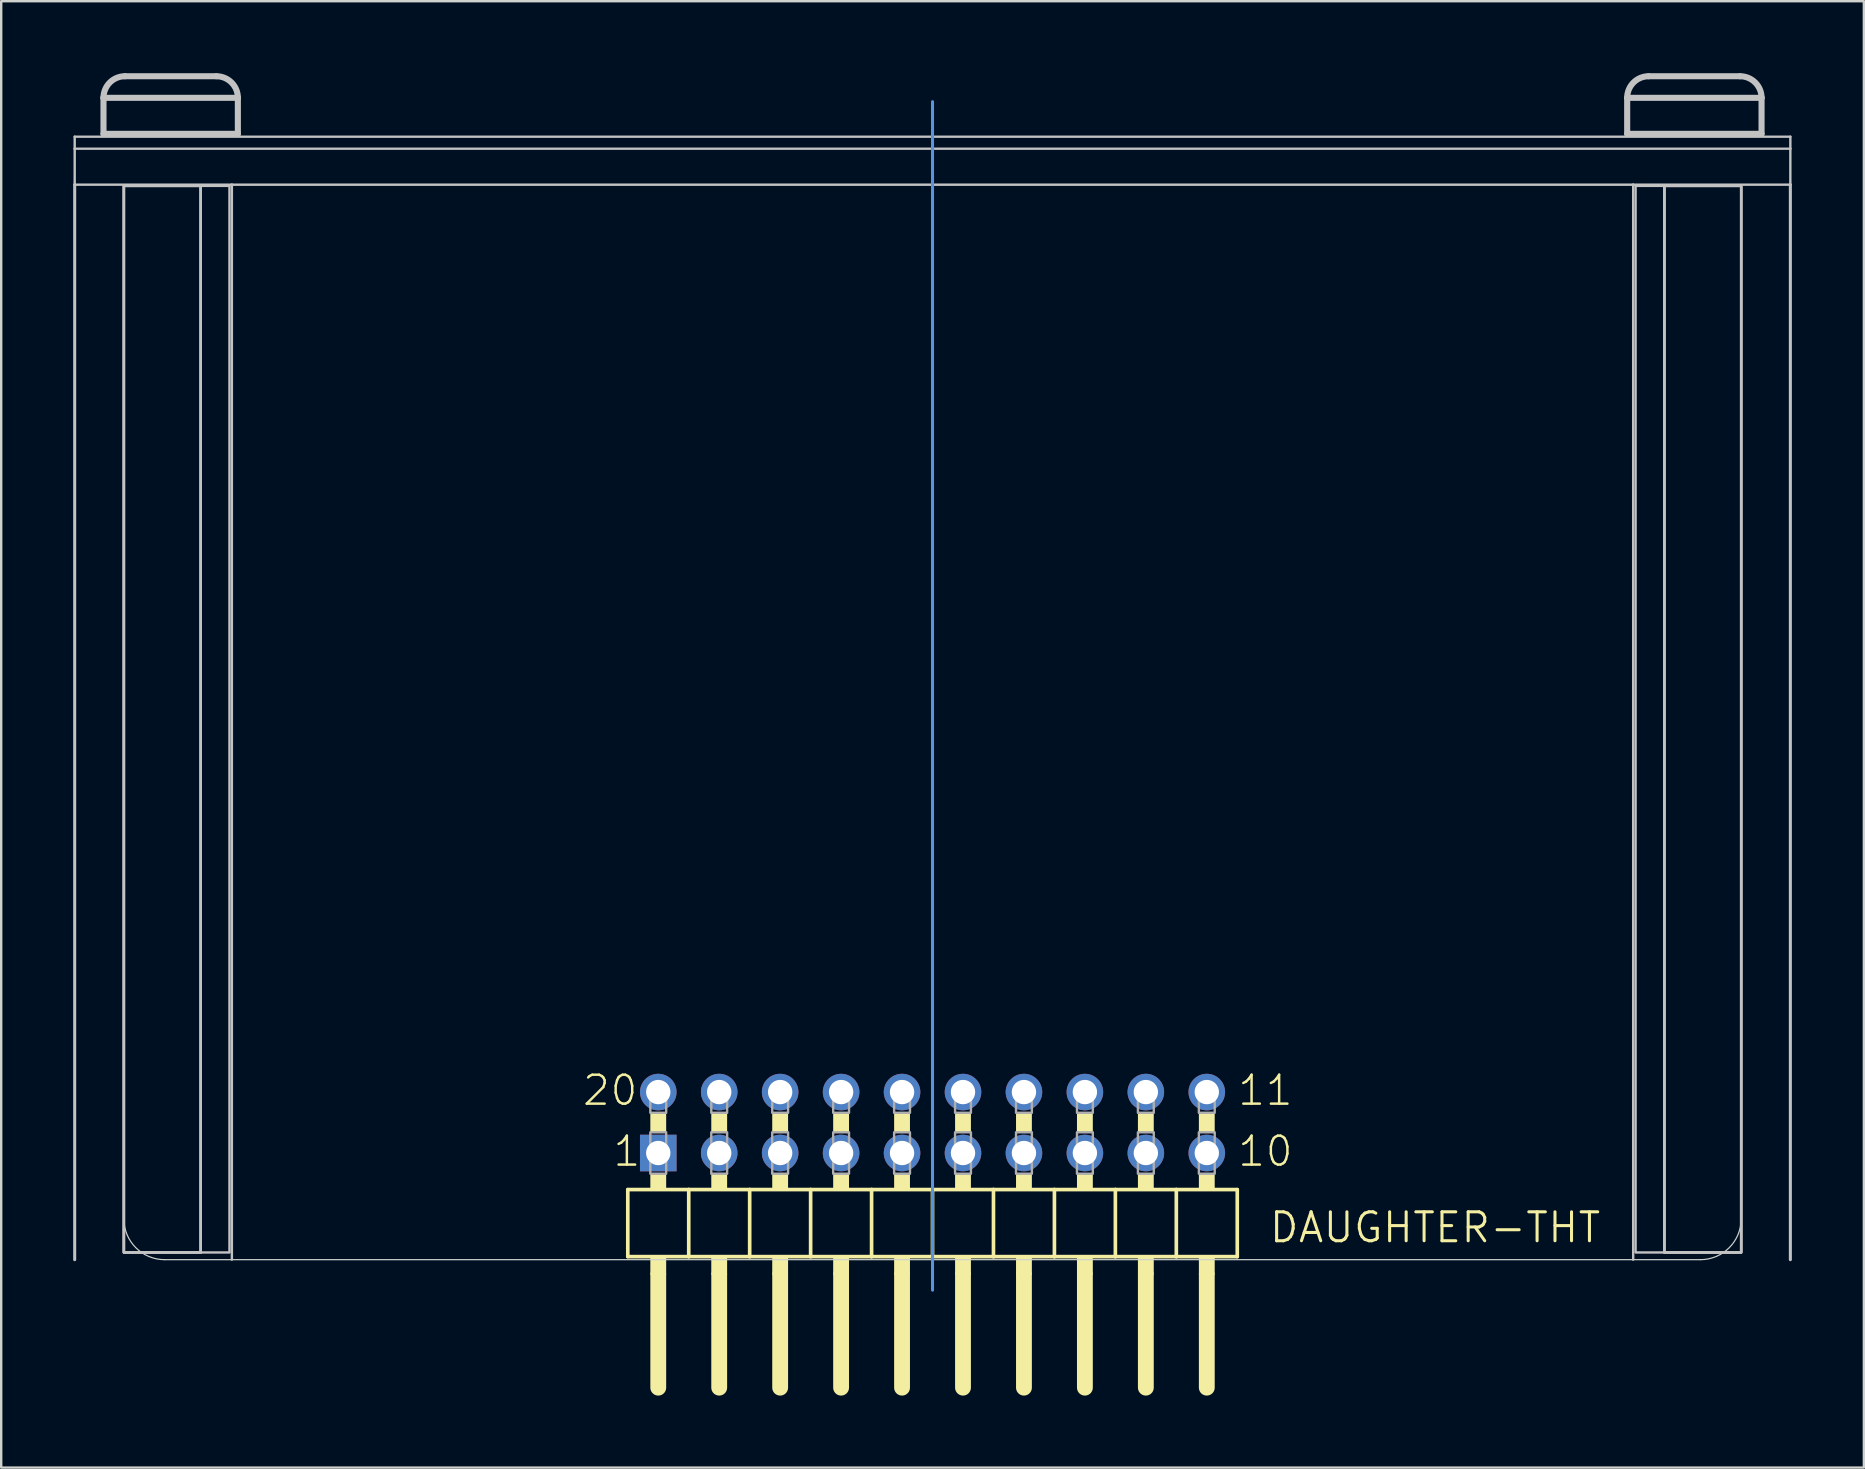
<source format=kicad_pcb>
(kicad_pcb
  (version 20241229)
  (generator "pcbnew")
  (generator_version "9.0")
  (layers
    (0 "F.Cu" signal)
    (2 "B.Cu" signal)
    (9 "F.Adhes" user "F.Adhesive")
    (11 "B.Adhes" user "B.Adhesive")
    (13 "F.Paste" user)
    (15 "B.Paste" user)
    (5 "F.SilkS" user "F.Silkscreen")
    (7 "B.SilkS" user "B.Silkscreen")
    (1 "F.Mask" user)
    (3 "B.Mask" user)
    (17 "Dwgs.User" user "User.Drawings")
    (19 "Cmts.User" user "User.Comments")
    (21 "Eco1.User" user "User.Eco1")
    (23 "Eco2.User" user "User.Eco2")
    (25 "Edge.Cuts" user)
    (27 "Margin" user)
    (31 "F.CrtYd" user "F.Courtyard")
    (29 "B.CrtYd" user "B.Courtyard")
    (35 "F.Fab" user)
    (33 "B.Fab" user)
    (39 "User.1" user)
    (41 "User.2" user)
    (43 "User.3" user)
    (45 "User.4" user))
  (footprint "DAUGHTER-THT"
    (layer "F.Cu")
    (at 35.813 49.447)
    (property "Reference" "DAUGHTER-THT" (at 13.97 -0.635 0) (layer "F.SilkS") (effects (font (size 1.206 1.206) (thickness 0.127)) (justify left bottom)))
    (attr through_hole)
    (fp_line (start -12.7 -2.921) (end -12.7 -0.127) (stroke (width 0.152) (type solid)) (layer "F.SilkS"))
    (fp_line (start -12.7 -2.921) (end -10.16 -2.921) (stroke (width 0.152) (type solid)) (layer "F.SilkS"))
    (fp_line (start -11.43 0.635) (end -11.43 5.334) (stroke (width 0.66) (type solid)) (layer "F.SilkS"))
    (fp_line (start -10.16 -2.921) (end -10.16 -0.127) (stroke (width 0.152) (type solid)) (layer "F.SilkS"))
    (fp_line (start -10.16 -2.921) (end -7.62 -2.921) (stroke (width 0.152) (type solid)) (layer "F.SilkS"))
    (fp_line (start -10.16 -0.127) (end -12.7 -0.127) (stroke (width 0.152) (type solid)) (layer "F.SilkS"))
    (fp_line (start -8.89 0.635) (end -8.89 5.334) (stroke (width 0.66) (type solid)) (layer "F.SilkS"))
    (fp_line (start -7.62 -2.921) (end -7.62 -0.127) (stroke (width 0.152) (type solid)) (layer "F.SilkS"))
    (fp_line (start -7.62 -2.921) (end -5.08 -2.921) (stroke (width 0.152) (type solid)) (layer "F.SilkS"))
    (fp_line (start -7.62 -0.127) (end -10.16 -0.127) (stroke (width 0.152) (type solid)) (layer "F.SilkS"))
    (fp_line (start -6.35 0.635) (end -6.35 5.334) (stroke (width 0.66) (type solid)) (layer "F.SilkS"))
    (fp_line (start -5.08 -2.921) (end -5.08 -0.127) (stroke (width 0.152) (type solid)) (layer "F.SilkS"))
    (fp_line (start -5.08 -0.127) (end -7.62 -0.127) (stroke (width 0.152) (type solid)) (layer "F.SilkS"))
    (fp_line (start -3.81 0.635) (end -3.81 5.334) (stroke (width 0.66) (type solid)) (layer "F.SilkS"))
    (fp_line (start -2.54 -2.921) (end -5.08 -2.921) (stroke (width 0.152) (type solid)) (layer "F.SilkS"))
    (fp_line (start -2.54 -2.921) (end -2.54 -0.127) (stroke (width 0.152) (type solid)) (layer "F.SilkS"))
    (fp_line (start -2.54 -2.921) (end 0 -2.921) (stroke (width 0.152) (type solid)) (layer "F.SilkS"))
    (fp_line (start -2.54 -0.127) (end -5.08 -0.127) (stroke (width 0.152) (type solid)) (layer "F.SilkS"))
    (fp_line (start -1.27 0.635) (end -1.27 5.334) (stroke (width 0.66) (type solid)) (layer "F.SilkS"))
    (fp_line (start 0 -2.921) (end 0 -0.127) (stroke (width 0.152) (type solid)) (layer "F.SilkS"))
    (fp_line (start 0 -2.921) (end 2.54 -2.921) (stroke (width 0.152) (type solid)) (layer "F.SilkS"))
    (fp_line (start 0 -0.127) (end -2.54 -0.127) (stroke (width 0.152) (type solid)) (layer "F.SilkS"))
    (fp_line (start 1.27 0.635) (end 1.27 5.334) (stroke (width 0.66) (type solid)) (layer "F.SilkS"))
    (fp_line (start 2.54 -2.921) (end 2.54 -0.127) (stroke (width 0.152) (type solid)) (layer "F.SilkS"))
    (fp_line (start 2.54 -2.921) (end 5.08 -2.921) (stroke (width 0.152) (type solid)) (layer "F.SilkS"))
    (fp_line (start 2.54 -0.127) (end 0 -0.127) (stroke (width 0.152) (type solid)) (layer "F.SilkS"))
    (fp_line (start 3.81 0.635) (end 3.81 5.334) (stroke (width 0.66) (type solid)) (layer "F.SilkS"))
    (fp_line (start 5.08 -2.921) (end 5.08 -0.127) (stroke (width 0.152) (type solid)) (layer "F.SilkS"))
    (fp_line (start 5.08 -2.921) (end 7.62 -2.921) (stroke (width 0.152) (type solid)) (layer "F.SilkS"))
    (fp_line (start 5.08 -0.127) (end 2.54 -0.127) (stroke (width 0.152) (type solid)) (layer "F.SilkS"))
    (fp_line (start 6.35 0.635) (end 6.35 5.334) (stroke (width 0.66) (type solid)) (layer "F.SilkS"))
    (fp_line (start 7.62 -2.921) (end 7.62 -0.127) (stroke (width 0.152) (type solid)) (layer "F.SilkS"))
    (fp_line (start 7.62 -0.127) (end 5.08 -0.127) (stroke (width 0.152) (type solid)) (layer "F.SilkS"))
    (fp_line (start 8.89 0.635) (end 8.89 5.334) (stroke (width 0.66) (type solid)) (layer "F.SilkS"))
    (fp_line (start 10.16 -2.921) (end 7.62 -2.921) (stroke (width 0.152) (type solid)) (layer "F.SilkS"))
    (fp_line (start 10.16 -2.921) (end 10.16 -0.127) (stroke (width 0.152) (type solid)) (layer "F.SilkS"))
    (fp_line (start 10.16 -2.921) (end 12.7 -2.921) (stroke (width 0.152) (type solid)) (layer "F.SilkS"))
    (fp_line (start 10.16 -0.127) (end 7.62 -0.127) (stroke (width 0.152) (type solid)) (layer "F.SilkS"))
    (fp_line (start 11.43 0.635) (end 11.43 5.334) (stroke (width 0.66) (type solid)) (layer "F.SilkS"))
    (fp_line (start 12.7 -2.921) (end 12.7 -0.127) (stroke (width 0.152) (type solid)) (layer "F.SilkS"))
    (fp_line (start 12.7 -0.127) (end 10.16 -0.127) (stroke (width 0.152) (type solid)) (layer "F.SilkS"))
    (fp_poly (pts (xy -11.1 -6.121) (xy -11.76 -6.121) (xy -11.76 -5.309) (xy -11.1 -5.309)) (stroke (width 0) (type solid)) (fill yes) (layer "F.SilkS"))
    (fp_poly (pts (xy -11.1 -3.581) (xy -11.76 -3.581) (xy -11.76 -2.921) (xy -11.1 -2.921)) (stroke (width 0) (type solid)) (fill yes) (layer "F.SilkS"))
    (fp_poly (pts (xy -11.1 -0.127) (xy -11.76 -0.127) (xy -11.76 0.635) (xy -11.1 0.635)) (stroke (width 0) (type solid)) (fill yes) (layer "F.SilkS"))
    (fp_poly (pts (xy -8.56 -6.121) (xy -9.22 -6.121) (xy -9.22 -5.309) (xy -8.56 -5.309)) (stroke (width 0) (type solid)) (fill yes) (layer "F.SilkS"))
    (fp_poly (pts (xy -8.56 -3.581) (xy -9.22 -3.581) (xy -9.22 -2.921) (xy -8.56 -2.921)) (stroke (width 0) (type solid)) (fill yes) (layer "F.SilkS"))
    (fp_poly (pts (xy -8.56 -0.127) (xy -9.22 -0.127) (xy -9.22 0.635) (xy -8.56 0.635)) (stroke (width 0) (type solid)) (fill yes) (layer "F.SilkS"))
    (fp_poly (pts (xy -6.02 -6.121) (xy -6.68 -6.121) (xy -6.68 -5.309) (xy -6.02 -5.309)) (stroke (width 0) (type solid)) (fill yes) (layer "F.SilkS"))
    (fp_poly (pts (xy -6.02 -3.581) (xy -6.68 -3.581) (xy -6.68 -2.921) (xy -6.02 -2.921)) (stroke (width 0) (type solid)) (fill yes) (layer "F.SilkS"))
    (fp_poly (pts (xy -6.02 -0.127) (xy -6.68 -0.127) (xy -6.68 0.635) (xy -6.02 0.635)) (stroke (width 0) (type solid)) (fill yes) (layer "F.SilkS"))
    (fp_poly (pts (xy -3.48 -6.121) (xy -4.14 -6.121) (xy -4.14 -5.309) (xy -3.48 -5.309)) (stroke (width 0) (type solid)) (fill yes) (layer "F.SilkS"))
    (fp_poly (pts (xy -3.48 -3.581) (xy -4.14 -3.581) (xy -4.14 -2.921) (xy -3.48 -2.921)) (stroke (width 0) (type solid)) (fill yes) (layer "F.SilkS"))
    (fp_poly (pts (xy -3.48 -0.127) (xy -4.14 -0.127) (xy -4.14 0.635) (xy -3.48 0.635)) (stroke (width 0) (type solid)) (fill yes) (layer "F.SilkS"))
    (fp_poly (pts (xy -0.94 -6.121) (xy -1.6 -6.121) (xy -1.6 -5.309) (xy -0.94 -5.309)) (stroke (width 0) (type solid)) (fill yes) (layer "F.SilkS"))
    (fp_poly (pts (xy -0.94 -3.581) (xy -1.6 -3.581) (xy -1.6 -2.921) (xy -0.94 -2.921)) (stroke (width 0) (type solid)) (fill yes) (layer "F.SilkS"))
    (fp_poly (pts (xy -0.94 -0.127) (xy -1.6 -0.127) (xy -1.6 0.635) (xy -0.94 0.635)) (stroke (width 0) (type solid)) (fill yes) (layer "F.SilkS"))
    (fp_poly (pts (xy 1.6 -6.121) (xy 0.94 -6.121) (xy 0.94 -5.309) (xy 1.6 -5.309)) (stroke (width 0) (type solid)) (fill yes) (layer "F.SilkS"))
    (fp_poly (pts (xy 1.6 -3.581) (xy 0.94 -3.581) (xy 0.94 -2.921) (xy 1.6 -2.921)) (stroke (width 0) (type solid)) (fill yes) (layer "F.SilkS"))
    (fp_poly (pts (xy 1.6 -0.127) (xy 0.94 -0.127) (xy 0.94 0.635) (xy 1.6 0.635)) (stroke (width 0) (type solid)) (fill yes) (layer "F.SilkS"))
    (fp_poly (pts (xy 4.14 -6.121) (xy 3.48 -6.121) (xy 3.48 -5.309) (xy 4.14 -5.309)) (stroke (width 0) (type solid)) (fill yes) (layer "F.SilkS"))
    (fp_poly (pts (xy 4.14 -3.581) (xy 3.48 -3.581) (xy 3.48 -2.921) (xy 4.14 -2.921)) (stroke (width 0) (type solid)) (fill yes) (layer "F.SilkS"))
    (fp_poly (pts (xy 4.14 -0.127) (xy 3.48 -0.127) (xy 3.48 0.635) (xy 4.14 0.635)) (stroke (width 0) (type solid)) (fill yes) (layer "F.SilkS"))
    (fp_poly (pts (xy 6.68 -6.121) (xy 6.02 -6.121) (xy 6.02 -5.309) (xy 6.68 -5.309)) (stroke (width 0) (type solid)) (fill yes) (layer "F.SilkS"))
    (fp_poly (pts (xy 6.68 -3.581) (xy 6.02 -3.581) (xy 6.02 -2.921) (xy 6.68 -2.921)) (stroke (width 0) (type solid)) (fill yes) (layer "F.SilkS"))
    (fp_poly (pts (xy 6.68 -0.127) (xy 6.02 -0.127) (xy 6.02 0.635) (xy 6.68 0.635)) (stroke (width 0) (type solid)) (fill yes) (layer "F.SilkS"))
    (fp_poly (pts (xy 9.22 -6.121) (xy 8.56 -6.121) (xy 8.56 -5.309) (xy 9.22 -5.309)) (stroke (width 0) (type solid)) (fill yes) (layer "F.SilkS"))
    (fp_poly (pts (xy 9.22 -3.581) (xy 8.56 -3.581) (xy 8.56 -2.921) (xy 9.22 -2.921)) (stroke (width 0) (type solid)) (fill yes) (layer "F.SilkS"))
    (fp_poly (pts (xy 9.22 -0.127) (xy 8.56 -0.127) (xy 8.56 0.635) (xy 9.22 0.635)) (stroke (width 0) (type solid)) (fill yes) (layer "F.SilkS"))
    (fp_poly (pts (xy 11.76 -6.121) (xy 11.1 -6.121) (xy 11.1 -5.309) (xy 11.76 -5.309)) (stroke (width 0) (type solid)) (fill yes) (layer "F.SilkS"))
    (fp_poly (pts (xy 11.76 -3.581) (xy 11.1 -3.581) (xy 11.1 -2.921) (xy 11.76 -2.921)) (stroke (width 0) (type solid)) (fill yes) (layer "F.SilkS"))
    (fp_poly (pts (xy 11.76 -0.127) (xy 11.1 -0.127) (xy 11.1 0.635) (xy 11.76 0.635)) (stroke (width 0) (type solid)) (fill yes) (layer "F.SilkS"))
    (fp_line (start -35.75 -46.8) (end 35.75 -46.8) (stroke (width 0.1) (type solid)) (layer "Dwgs.User"))
    (fp_line (start -35.75 -46.3) (end -35.75 -46.8) (stroke (width 0.1) (type solid)) (layer "Dwgs.User"))
    (fp_line (start -35.75 -46.3) (end 35.75 -46.3) (stroke (width 0.1) (type solid)) (layer "Dwgs.User"))
    (fp_line (start -35.75 -44.8) (end -35.75 -46.3) (stroke (width 0.1) (type solid)) (layer "Dwgs.User"))
    (fp_line (start -35.75 0) (end -35.75 -44.8) (stroke (width 0.127) (type solid)) (layer "Dwgs.User"))
    (fp_line (start -34.55 -48.42) (end -34.55 -46.92) (stroke (width 0.254) (type solid)) (layer "Dwgs.User"))
    (fp_line (start -34.55 -46.92) (end -28.95 -46.92) (stroke (width 0.254) (type solid)) (layer "Dwgs.User"))
    (fp_line (start -33.655 -49.32) (end -29.845 -49.32) (stroke (width 0.254) (type solid)) (layer "Dwgs.User"))
    (fp_line (start -29.2 -44.8) (end -35.75 -44.8) (stroke (width 0.1) (type solid)) (layer "Dwgs.User"))
    (fp_line (start -29.2 0) (end -29.2 -44.8) (stroke (width 0.1) (type solid)) (layer "Dwgs.User"))
    (fp_line (start -28.95 -48.42) (end -34.55 -48.42) (stroke (width 0.254) (type solid)) (layer "Dwgs.User"))
    (fp_line (start -28.95 -46.92) (end -28.95 -48.42) (stroke (width 0.254) (type solid)) (layer "Dwgs.User"))
    (fp_line (start 28.95 -48.42) (end 28.95 -46.92) (stroke (width 0.254) (type solid)) (layer "Dwgs.User"))
    (fp_line (start 28.95 -46.92) (end 34.55 -46.92) (stroke (width 0.254) (type solid)) (layer "Dwgs.User"))
    (fp_line (start 29.2 -44.8) (end -29.2 -44.8) (stroke (width 0.1) (type solid)) (layer "Dwgs.User"))
    (fp_line (start 29.2 0) (end 29.2 -44.8) (stroke (width 0.1) (type solid)) (layer "Dwgs.User"))
    (fp_line (start 29.845 -49.32) (end 33.655 -49.32) (stroke (width 0.254) (type solid)) (layer "Dwgs.User"))
    (fp_line (start 34.55 -48.42) (end 28.95 -48.42) (stroke (width 0.254) (type solid)) (layer "Dwgs.User"))
    (fp_line (start 34.55 -46.92) (end 34.55 -48.42) (stroke (width 0.254) (type solid)) (layer "Dwgs.User"))
    (fp_line (start 35.75 -46.8) (end 35.75 -46.3) (stroke (width 0.1) (type solid)) (layer "Dwgs.User"))
    (fp_line (start 35.75 -46.3) (end 35.75 -44.8) (stroke (width 0.1) (type solid)) (layer "Dwgs.User"))
    (fp_line (start 35.75 -44.8) (end 29.2 -44.8) (stroke (width 0.1) (type solid)) (layer "Dwgs.User"))
    (fp_line (start 35.75 0) (end 35.75 -44.8) (stroke (width 0.127) (type solid)) (layer "Dwgs.User"))
    (fp_arc (start -34.55 -48.42) (mid -34.288896 -49.055361) (end -33.655 -49.32) (stroke (width 0.254) (type solid)) (layer "Dwgs.User"))
    (fp_arc (start -29.845 -49.32) (mid -29.211104 -49.055361) (end -28.95 -48.42) (stroke (width 0.254) (type solid)) (layer "Dwgs.User"))
    (fp_arc (start 28.95 -48.42) (mid 29.211104 -49.055361) (end 29.845 -49.32) (stroke (width 0.254) (type solid)) (layer "Dwgs.User"))
    (fp_arc (start 33.655 -49.32) (mid 34.288896 -49.055361) (end 34.55 -48.42) (stroke (width 0.254) (type solid)) (layer "Dwgs.User"))
    (fp_poly (pts (xy -33.7 -0.3) (xy -30.5 -0.3) (xy -30.5 -44.75) (xy -33.7 -44.75)) (stroke (width 0.1) (type solid)) (fill no) (layer "Dwgs.User"))
    (fp_poly (pts (xy -33.7 -0.3) (xy -30.5 -0.3) (xy -30.5 -44.75) (xy -33.7 -44.75)) (stroke (width 0.1) (type solid)) (fill no) (layer "Dwgs.User"))
    (fp_poly (pts (xy -33.7 -0.3) (xy -30.5 -0.3) (xy -30.5 -44.75) (xy -33.7 -44.75)) (stroke (width 0.1) (type solid)) (fill no) (layer "Dwgs.User"))
    (fp_poly (pts (xy -33.7 -0.3) (xy -29.3 -0.3) (xy -29.3 -44.75) (xy -33.7 -44.75)) (stroke (width 0.1) (type solid)) (fill no) (layer "Dwgs.User"))
    (fp_poly (pts (xy 29.3 -0.3) (xy 33.7 -0.3) (xy 33.7 -44.75) (xy 29.3 -44.75)) (stroke (width 0.1) (type solid)) (fill no) (layer "Dwgs.User"))
    (fp_poly (pts (xy 30.5 -0.3) (xy 33.7 -0.3) (xy 33.7 -44.75) (xy 30.5 -44.75)) (stroke (width 0.1) (type solid)) (fill no) (layer "Dwgs.User"))
    (fp_poly (pts (xy 30.5 -0.3) (xy 33.7 -0.3) (xy 33.7 -44.75) (xy 30.5 -44.75)) (stroke (width 0.1) (type solid)) (fill no) (layer "Dwgs.User"))
    (fp_poly (pts (xy 30.5 -0.3) (xy 33.7 -0.3) (xy 33.7 -44.75) (xy 30.5 -44.75)) (stroke (width 0.1) (type solid)) (fill no) (layer "Dwgs.User"))
    (fp_line (start 0 -48.26) (end 0 1.27) (stroke (width 0.127) (type solid)) (layer "Cmts.User"))
    (fp_line (start -33.7 -44.8) (end 33.7 -44.8) (stroke (width 0.05) (type solid)) (layer "Edge.Cuts"))
    (fp_line (start -33.7 -1.7) (end -33.7 -44.8) (stroke (width 0.05) (type solid)) (layer "Edge.Cuts"))
    (fp_line (start 32 0) (end -32 0) (stroke (width 0.05) (type solid)) (layer "Edge.Cuts"))
    (fp_line (start 33.7 -44.8) (end 33.7 -1.7) (stroke (width 0.05) (type solid)) (layer "Edge.Cuts"))
    (fp_arc (start -32 0) (mid -33.202082 -0.497918) (end -33.7 -1.7) (stroke (width 0.05) (type solid)) (layer "Edge.Cuts"))
    (fp_arc (start 33.7 -1.7) (mid 33.202082 -0.497918) (end 32 0) (stroke (width 0.05) (type solid)) (layer "Edge.Cuts"))
    (fp_poly (pts (xy -11.1 -7.29) (xy -11.76 -7.29) (xy -11.76 -6.121) (xy -11.1 -6.121)) (stroke (width 0.1) (type solid)) (fill no) (layer "F.Fab"))
    (fp_poly (pts (xy -11.1 -5.309) (xy -11.76 -5.309) (xy -11.76 -3.581) (xy -11.1 -3.581)) (stroke (width 0.1) (type solid)) (fill no) (layer "F.Fab"))
    (fp_poly (pts (xy -8.56 -7.29) (xy -9.22 -7.29) (xy -9.22 -6.121) (xy -8.56 -6.121)) (stroke (width 0.1) (type solid)) (fill no) (layer "F.Fab"))
    (fp_poly (pts (xy -8.56 -5.309) (xy -9.22 -5.309) (xy -9.22 -3.581) (xy -8.56 -3.581)) (stroke (width 0.1) (type solid)) (fill no) (layer "F.Fab"))
    (fp_poly (pts (xy -6.02 -7.29) (xy -6.68 -7.29) (xy -6.68 -6.121) (xy -6.02 -6.121)) (stroke (width 0.1) (type solid)) (fill no) (layer "F.Fab"))
    (fp_poly (pts (xy -6.02 -5.309) (xy -6.68 -5.309) (xy -6.68 -3.581) (xy -6.02 -3.581)) (stroke (width 0.1) (type solid)) (fill no) (layer "F.Fab"))
    (fp_poly (pts (xy -3.48 -7.29) (xy -4.14 -7.29) (xy -4.14 -6.121) (xy -3.48 -6.121)) (stroke (width 0.1) (type solid)) (fill no) (layer "F.Fab"))
    (fp_poly (pts (xy -3.48 -5.309) (xy -4.14 -5.309) (xy -4.14 -3.581) (xy -3.48 -3.581)) (stroke (width 0.1) (type solid)) (fill no) (layer "F.Fab"))
    (fp_poly (pts (xy -0.94 -7.29) (xy -1.6 -7.29) (xy -1.6 -6.121) (xy -0.94 -6.121)) (stroke (width 0.1) (type solid)) (fill no) (layer "F.Fab"))
    (fp_poly (pts (xy -0.94 -5.309) (xy -1.6 -5.309) (xy -1.6 -3.581) (xy -0.94 -3.581)) (stroke (width 0.1) (type solid)) (fill no) (layer "F.Fab"))
    (fp_poly (pts (xy 1.6 -7.29) (xy 0.94 -7.29) (xy 0.94 -6.121) (xy 1.6 -6.121)) (stroke (width 0.1) (type solid)) (fill no) (layer "F.Fab"))
    (fp_poly (pts (xy 1.6 -5.309) (xy 0.94 -5.309) (xy 0.94 -3.581) (xy 1.6 -3.581)) (stroke (width 0.1) (type solid)) (fill no) (layer "F.Fab"))
    (fp_poly (pts (xy 4.14 -7.29) (xy 3.48 -7.29) (xy 3.48 -6.121) (xy 4.14 -6.121)) (stroke (width 0.1) (type solid)) (fill no) (layer "F.Fab"))
    (fp_poly (pts (xy 4.14 -5.309) (xy 3.48 -5.309) (xy 3.48 -3.581) (xy 4.14 -3.581)) (stroke (width 0.1) (type solid)) (fill no) (layer "F.Fab"))
    (fp_poly (pts (xy 6.68 -7.29) (xy 6.02 -7.29) (xy 6.02 -6.121) (xy 6.68 -6.121)) (stroke (width 0.1) (type solid)) (fill no) (layer "F.Fab"))
    (fp_poly (pts (xy 6.68 -5.309) (xy 6.02 -5.309) (xy 6.02 -3.581) (xy 6.68 -3.581)) (stroke (width 0.1) (type solid)) (fill no) (layer "F.Fab"))
    (fp_poly (pts (xy 9.22 -7.29) (xy 8.56 -7.29) (xy 8.56 -6.121) (xy 9.22 -6.121)) (stroke (width 0.1) (type solid)) (fill no) (layer "F.Fab"))
    (fp_poly (pts (xy 9.22 -5.309) (xy 8.56 -5.309) (xy 8.56 -3.581) (xy 9.22 -3.581)) (stroke (width 0.1) (type solid)) (fill no) (layer "F.Fab"))
    (fp_poly (pts (xy 11.76 -7.29) (xy 11.1 -7.29) (xy 11.1 -6.121) (xy 11.76 -6.121)) (stroke (width 0.1) (type solid)) (fill no) (layer "F.Fab"))
    (fp_poly (pts (xy 11.76 -5.309) (xy 11.1 -5.309) (xy 11.1 -3.581) (xy 11.76 -3.581)) (stroke (width 0.1) (type solid)) (fill no) (layer "F.Fab"))
    (fp_text user "11" (at 12.655 -6.35 0) (layer "F.SilkS") (effects (font (size 1.206 1.206) (thickness 0.102)) (justify left bottom)))
    (fp_text user "20" (at -14.65 -6.35 0) (layer "F.SilkS") (effects (font (size 1.206 1.206) (thickness 0.102)) (justify left bottom)))
    (fp_text user "1" (at -13.38 -3.81 0) (layer "F.SilkS") (effects (font (size 1.206 1.206) (thickness 0.102)) (justify left bottom)))
    (fp_text user "10" (at 12.655 -3.81 0) (layer "F.SilkS") (effects (font (size 1.206 1.206) (thickness 0.102)) (justify left bottom)))
    (pad "1" thru_hole rect (at -11.43 -4.445 180) (size 1.524 1.524) (drill 1.016) (layers "*.Cu" "*.Mask"))
    (pad "2" thru_hole circle (at -8.89 -4.445 180) (size 1.524 1.524) (drill 1.016) (layers "*.Cu" "*.Mask"))
    (pad "3" thru_hole circle (at -6.35 -4.445 180) (size 1.524 1.524) (drill 1.016) (layers "*.Cu" "*.Mask"))
    (pad "4" thru_hole circle (at -3.81 -4.445 180) (size 1.524 1.524) (drill 1.016) (layers "*.Cu" "*.Mask"))
    (pad "5" thru_hole circle (at -1.27 -4.445 180) (size 1.524 1.524) (drill 1.016) (layers "*.Cu" "*.Mask"))
    (pad "6" thru_hole circle (at 1.27 -4.445 180) (size 1.524 1.524) (drill 1.016) (layers "*.Cu" "*.Mask"))
    (pad "7" thru_hole circle (at 3.81 -4.445 180) (size 1.524 1.524) (drill 1.016) (layers "*.Cu" "*.Mask"))
    (pad "8" thru_hole circle (at 6.35 -4.445 180) (size 1.524 1.524) (drill 1.016) (layers "*.Cu" "*.Mask"))
    (pad "9" thru_hole circle (at 8.89 -4.445 180) (size 1.524 1.524) (drill 1.016) (layers "*.Cu" "*.Mask"))
    (pad "10" thru_hole circle (at 11.43 -4.445 180) (size 1.524 1.524) (drill 1.016) (layers "*.Cu" "*.Mask"))
    (pad "11" thru_hole circle (at 11.43 -6.985 180) (size 1.524 1.524) (drill 1.016) (layers "*.Cu" "*.Mask"))
    (pad "12" thru_hole circle (at 8.89 -6.985 180) (size 1.524 1.524) (drill 1.016) (layers "*.Cu" "*.Mask"))
    (pad "13" thru_hole circle (at 6.35 -6.985 180) (size 1.524 1.524) (drill 1.016) (layers "*.Cu" "*.Mask"))
    (pad "14" thru_hole circle (at 3.81 -6.985 180) (size 1.524 1.524) (drill 1.016) (layers "*.Cu" "*.Mask"))
    (pad "15" thru_hole circle (at 1.27 -6.985 180) (size 1.524 1.524) (drill 1.016) (layers "*.Cu" "*.Mask"))
    (pad "16" thru_hole circle (at -1.27 -6.985 180) (size 1.524 1.524) (drill 1.016) (layers "*.Cu" "*.Mask"))
    (pad "17" thru_hole circle (at -3.81 -6.985 180) (size 1.524 1.524) (drill 1.016) (layers "*.Cu" "*.Mask"))
    (pad "18" thru_hole circle (at -6.35 -6.985 180) (size 1.524 1.524) (drill 1.016) (layers "*.Cu" "*.Mask"))
    (pad "19" thru_hole circle (at -8.89 -6.985 180) (size 1.524 1.524) (drill 1.016) (layers "*.Cu" "*.Mask"))
    (pad "20" thru_hole circle (at -11.43 -6.985 180) (size 1.524 1.524) (drill 1.016) (layers "*.Cu" "*.Mask")))
  (gr_rect
    (start -3 -3)
    (end 74.627 58.111)
    (stroke (width 0.1) (type default))
    (fill no)
    (layer "Edge.Cuts")))
</source>
